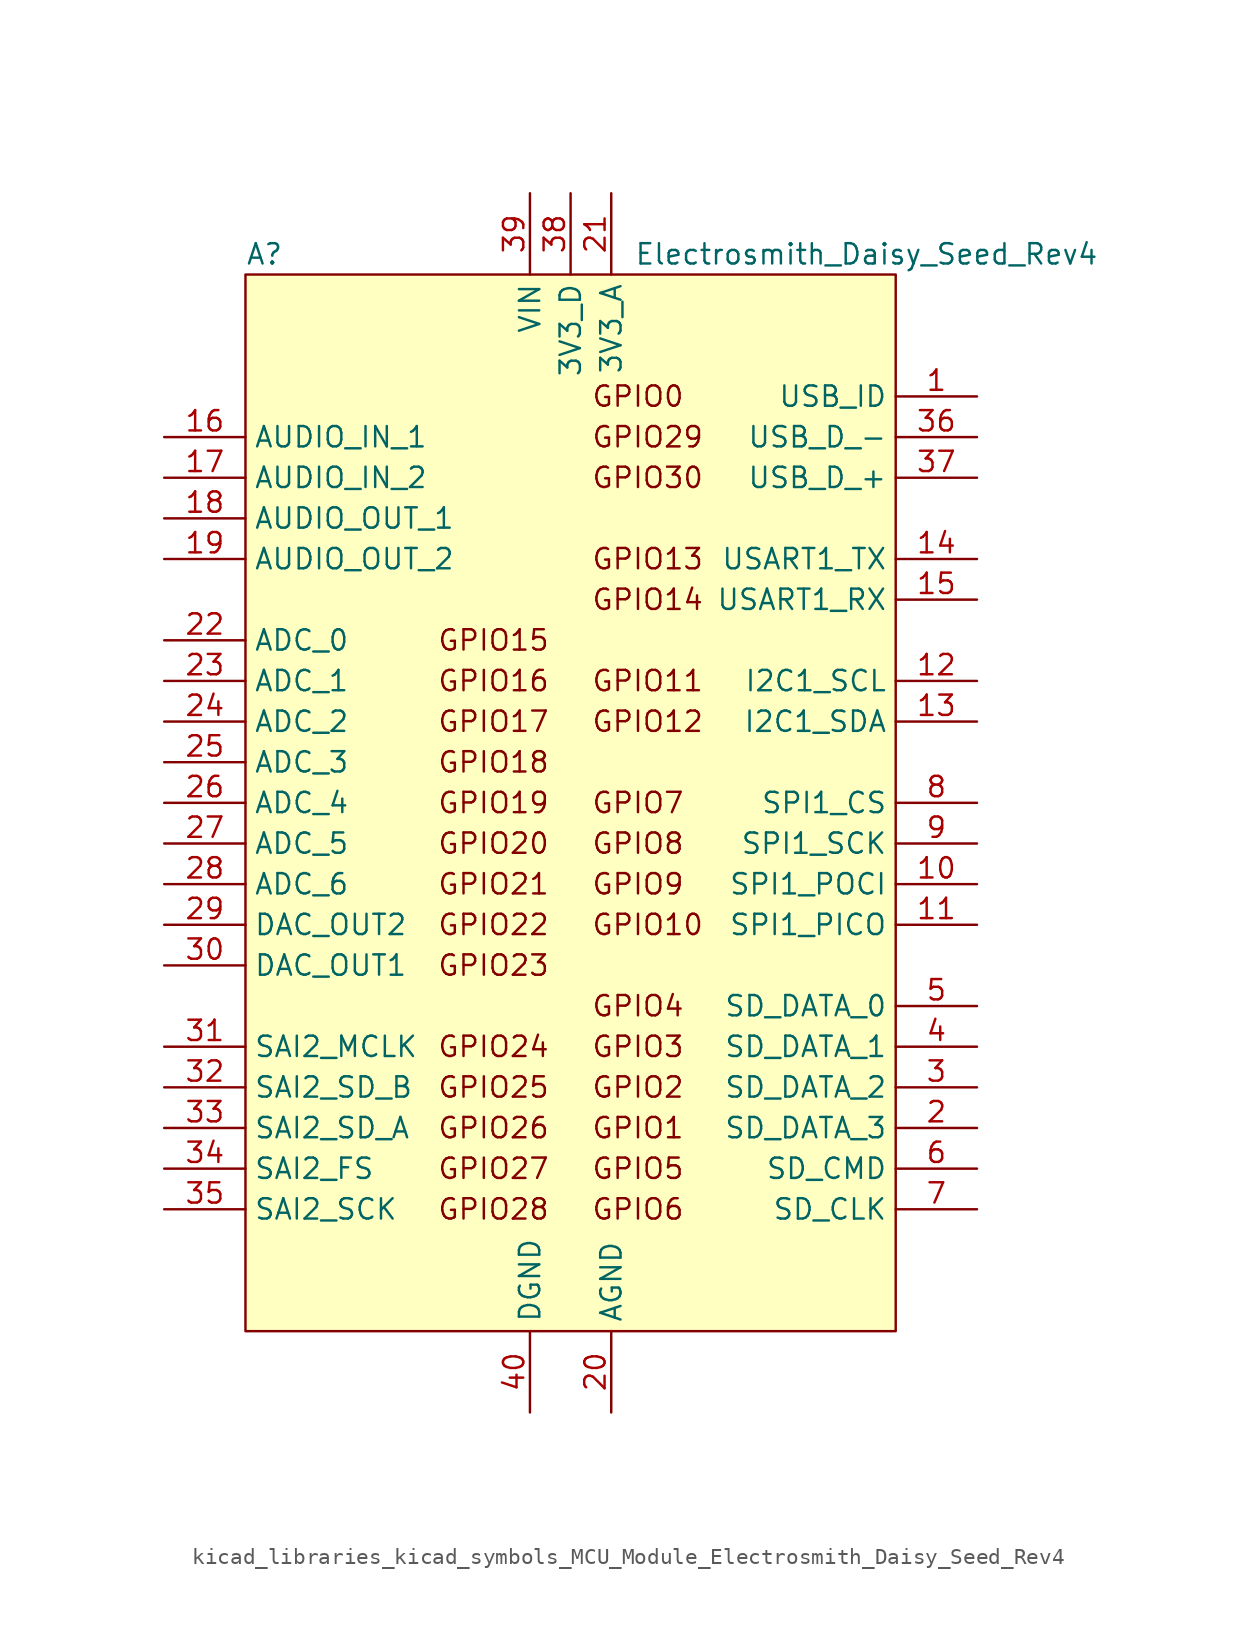
<source format=kicad_sym>
(kicad_symbol_lib
  (version 20220914)
  (generator kicad_symbol_editor)
  (symbol "kicad_libraries_kicad_symbols_MCU_Module_Electrosmith_Daisy_Seed_Rev4"
    (property "Reference" "A"
      (at -20.32 34.29 0)
      (effects (font (size 1.27 1.27)) (justify left)))
    (property "Value" "Electrosmith_Daisy_Seed_Rev4"
      (at 33.02 34.29 0)
      (effects (font (size 1.27 1.27)) (justify right)))
    (symbol "kicad_libraries_kicad_symbols_MCU_Module_Electrosmith_Daisy_Seed_Rev4_0_0"
      (text "GPIO0" (at 1.27 25.4 0) (effects (font (size 1.27 1.27)) (justify left)))
      (text "GPIO1" (at 1.27 -20.32 0) (effects (font (size 1.27 1.27)) (justify left)))
      (text "GPIO10" (at 1.27 -7.62 0) (effects (font (size 1.27 1.27)) (justify left)))
      (text "GPIO11" (at 1.27 7.62 0) (effects (font (size 1.27 1.27)) (justify left)))
      (text "GPIO12" (at 1.27 5.08 0) (effects (font (size 1.27 1.27)) (justify left)))
      (text "GPIO13" (at 1.27 15.24 0) (effects (font (size 1.27 1.27)) (justify left)))
      (text "GPIO14" (at 1.27 12.7 0) (effects (font (size 1.27 1.27)) (justify left)))
      (text "GPIO15" (at -1.27 10.16 0) (effects (font (size 1.27 1.27)) (justify right)))
      (text "GPIO16" (at -1.27 7.62 0) (effects (font (size 1.27 1.27)) (justify right)))
      (text "GPIO17" (at -1.27 5.08 0) (effects (font (size 1.27 1.27)) (justify right)))
      (text "GPIO18" (at -1.27 2.54 0) (effects (font (size 1.27 1.27)) (justify right)))
      (text "GPIO19" (at -1.27 0 0) (effects (font (size 1.27 1.27)) (justify right)))
      (text "GPIO2" (at 1.27 -17.78 0) (effects (font (size 1.27 1.27)) (justify left)))
      (text "GPIO20" (at -1.27 -2.54 0) (effects (font (size 1.27 1.27)) (justify right)))
      (text "GPIO21" (at -1.27 -5.08 0) (effects (font (size 1.27 1.27)) (justify right)))
      (text "GPIO22" (at -1.27 -7.62 0) (effects (font (size 1.27 1.27)) (justify right)))
      (text "GPIO23" (at -1.27 -10.16 0) (effects (font (size 1.27 1.27)) (justify right)))
      (text "GPIO24" (at -1.27 -15.24 0) (effects (font (size 1.27 1.27)) (justify right)))
      (text "GPIO25" (at -1.27 -17.78 0) (effects (font (size 1.27 1.27)) (justify right)))
      (text "GPIO26" (at -1.27 -20.32 0) (effects (font (size 1.27 1.27)) (justify right)))
      (text "GPIO27" (at -1.27 -22.86 0) (effects (font (size 1.27 1.27)) (justify right)))
      (text "GPIO28" (at -1.27 -25.4 0) (effects (font (size 1.27 1.27)) (justify right)))
      (text "GPIO29" (at 1.27 22.86 0) (effects (font (size 1.27 1.27)) (justify left)))
      (text "GPIO3" (at 1.27 -15.24 0) (effects (font (size 1.27 1.27)) (justify left)))
      (text "GPIO30" (at 1.27 20.32 0) (effects (font (size 1.27 1.27)) (justify left)))
      (text "GPIO4" (at 1.27 -12.7 0) (effects (font (size 1.27 1.27)) (justify left)))
      (text "GPIO5" (at 1.27 -22.86 0) (effects (font (size 1.27 1.27)) (justify left)))
      (text "GPIO6" (at 1.27 -25.4 0) (effects (font (size 1.27 1.27)) (justify left)))
      (text "GPIO7" (at 1.27 0 0) (effects (font (size 1.27 1.27)) (justify left)))
      (text "GPIO8" (at 1.27 -2.54 0) (effects (font (size 1.27 1.27)) (justify left)))
      (text "GPIO9" (at 1.27 -5.08 0) (effects (font (size 1.27 1.27)) (justify left)))
      (pin bidirectional line (at 25.4 25.4 180) (length 5.08) (name "USB_ID" (effects (font (size 1.27 1.27)))) (number "1" (effects (font (size 1.27 1.27)))))
      (pin bidirectional line (at 25.4 -5.08 180) (length 5.08) (name "SPI1_POCI" (effects (font (size 1.27 1.27)))) (number "10" (effects (font (size 1.27 1.27)))))
      (pin bidirectional line (at 25.4 -7.62 180) (length 5.08) (name "SPI1_PICO" (effects (font (size 1.27 1.27)))) (number "11" (effects (font (size 1.27 1.27)))))
      (pin bidirectional line (at 25.4 7.62 180) (length 5.08) (name "I2C1_SCL" (effects (font (size 1.27 1.27)))) (number "12" (effects (font (size 1.27 1.27)))))
      (pin bidirectional line (at 25.4 5.08 180) (length 5.08) (name "I2C1_SDA" (effects (font (size 1.27 1.27)))) (number "13" (effects (font (size 1.27 1.27)))))
      (pin bidirectional line (at 25.4 15.24 180) (length 5.08) (name "USART1_TX" (effects (font (size 1.27 1.27)))) (number "14" (effects (font (size 1.27 1.27)))))
      (pin bidirectional line (at 25.4 12.7 180) (length 5.08) (name "USART1_RX" (effects (font (size 1.27 1.27)))) (number "15" (effects (font (size 1.27 1.27)))))
      (pin input line (at -25.4 22.86 0) (length 5.08) (name "AUDIO_IN_1" (effects (font (size 1.27 1.27)))) (number "16" (effects (font (size 1.27 1.27)))))
      (pin input line (at -25.4 20.32 0) (length 5.08) (name "AUDIO_IN_2" (effects (font (size 1.27 1.27)))) (number "17" (effects (font (size 1.27 1.27)))))
      (pin output line (at -25.4 17.78 0) (length 5.08) (name "AUDIO_OUT_1" (effects (font (size 1.27 1.27)))) (number "18" (effects (font (size 1.27 1.27)))))
      (pin output line (at -25.4 15.24 0) (length 5.08) (name "AUDIO_OUT_2" (effects (font (size 1.27 1.27)))) (number "19" (effects (font (size 1.27 1.27)))))
      (pin bidirectional line (at 25.4 -20.32 180) (length 5.08) (name "SD_DATA_3" (effects (font (size 1.27 1.27)))) (number "2" (effects (font (size 1.27 1.27)))))
      (pin power_in line (at 2.54 -38.1 90) (length 5.08) (name "AGND" (effects (font (size 1.27 1.27)))) (number "20" (effects (font (size 1.27 1.27)))))
      (pin power_out line (at 2.54 38.1 270) (length 5.08) (name "3V3_A" (effects (font (size 1.27 1.27)))) (number "21" (effects (font (size 1.27 1.27)))))
      (pin bidirectional line (at -25.4 10.16 0) (length 5.08) (name "ADC_0" (effects (font (size 1.27 1.27)))) (number "22" (effects (font (size 1.27 1.27)))))
      (pin bidirectional line (at -25.4 7.62 0) (length 5.08) (name "ADC_1" (effects (font (size 1.27 1.27)))) (number "23" (effects (font (size 1.27 1.27)))))
      (pin bidirectional line (at -25.4 5.08 0) (length 5.08) (name "ADC_2" (effects (font (size 1.27 1.27)))) (number "24" (effects (font (size 1.27 1.27)))))
      (pin bidirectional line (at -25.4 2.54 0) (length 5.08) (name "ADC_3" (effects (font (size 1.27 1.27)))) (number "25" (effects (font (size 1.27 1.27)))))
      (pin bidirectional line (at -25.4 0 0) (length 5.08) (name "ADC_4" (effects (font (size 1.27 1.27)))) (number "26" (effects (font (size 1.27 1.27)))))
      (pin bidirectional line (at -25.4 -2.54 0) (length 5.08) (name "ADC_5" (effects (font (size 1.27 1.27)))) (number "27" (effects (font (size 1.27 1.27)))))
      (pin bidirectional line (at -25.4 -5.08 0) (length 5.08) (name "ADC_6" (effects (font (size 1.27 1.27)))) (number "28" (effects (font (size 1.27 1.27)))))
      (pin bidirectional line (at -25.4 -7.62 0) (length 5.08) (name "DAC_OUT2" (effects (font (size 1.27 1.27)))) (number "29" (effects (font (size 1.27 1.27)))))
      (pin bidirectional line (at 25.4 -17.78 180) (length 5.08) (name "SD_DATA_2" (effects (font (size 1.27 1.27)))) (number "3" (effects (font (size 1.27 1.27)))))
      (pin bidirectional line (at -25.4 -10.16 0) (length 5.08) (name "DAC_OUT1" (effects (font (size 1.27 1.27)))) (number "30" (effects (font (size 1.27 1.27)))))
      (pin bidirectional line (at -25.4 -15.24 0) (length 5.08) (name "SAI2_MCLK" (effects (font (size 1.27 1.27)))) (number "31" (effects (font (size 1.27 1.27)))))
      (pin bidirectional line (at -25.4 -17.78 0) (length 5.08) (name "SAI2_SD_B" (effects (font (size 1.27 1.27)))) (number "32" (effects (font (size 1.27 1.27)))))
      (pin bidirectional line (at -25.4 -20.32 0) (length 5.08) (name "SAI2_SD_A" (effects (font (size 1.27 1.27)))) (number "33" (effects (font (size 1.27 1.27)))))
      (pin bidirectional line (at -25.4 -22.86 0) (length 5.08) (name "SAI2_FS" (effects (font (size 1.27 1.27)))) (number "34" (effects (font (size 1.27 1.27)))))
      (pin bidirectional line (at -25.4 -25.4 0) (length 5.08) (name "SAI2_SCK" (effects (font (size 1.27 1.27)))) (number "35" (effects (font (size 1.27 1.27)))))
      (pin bidirectional line (at 25.4 22.86 180) (length 5.08) (name "USB_D_-" (effects (font (size 1.27 1.27)))) (number "36" (effects (font (size 1.27 1.27)))))
      (pin bidirectional line (at 25.4 20.32 180) (length 5.08) (name "USB_D_+" (effects (font (size 1.27 1.27)))) (number "37" (effects (font (size 1.27 1.27)))))
      (pin power_out line (at 0 38.1 270) (length 5.08) (name "3V3_D" (effects (font (size 1.27 1.27)))) (number "38" (effects (font (size 1.27 1.27)))))
      (pin power_in line (at -2.54 38.1 270) (length 5.08) (name "VIN" (effects (font (size 1.27 1.27)))) (number "39" (effects (font (size 1.27 1.27)))))
      (pin bidirectional line (at 25.4 -15.24 180) (length 5.08) (name "SD_DATA_1" (effects (font (size 1.27 1.27)))) (number "4" (effects (font (size 1.27 1.27)))))
      (pin power_in line (at -2.54 -38.1 90) (length 5.08) (name "DGND" (effects (font (size 1.27 1.27)))) (number "40" (effects (font (size 1.27 1.27)))))
      (pin bidirectional line (at 25.4 -12.7 180) (length 5.08) (name "SD_DATA_0" (effects (font (size 1.27 1.27)))) (number "5" (effects (font (size 1.27 1.27)))))
      (pin bidirectional line (at 25.4 -22.86 180) (length 5.08) (name "SD_CMD" (effects (font (size 1.27 1.27)))) (number "6" (effects (font (size 1.27 1.27)))))
      (pin bidirectional line (at 25.4 -25.4 180) (length 5.08) (name "SD_CLK" (effects (font (size 1.27 1.27)))) (number "7" (effects (font (size 1.27 1.27)))))
      (pin bidirectional line (at 25.4 0 180) (length 5.08) (name "SPI1_CS" (effects (font (size 1.27 1.27)))) (number "8" (effects (font (size 1.27 1.27)))))
      (pin bidirectional line (at 25.4 -2.54 180) (length 5.08) (name "SPI1_SCK" (effects (font (size 1.27 1.27)))) (number "9" (effects (font (size 1.27 1.27))))))
    (symbol "kicad_libraries_kicad_symbols_MCU_Module_Electrosmith_Daisy_Seed_Rev4_0_1"
      (rectangle (start -20.32 33.02) (end 20.32 -33.02) (stroke (width 0) (type default)) (fill (type background))))))
</source>
